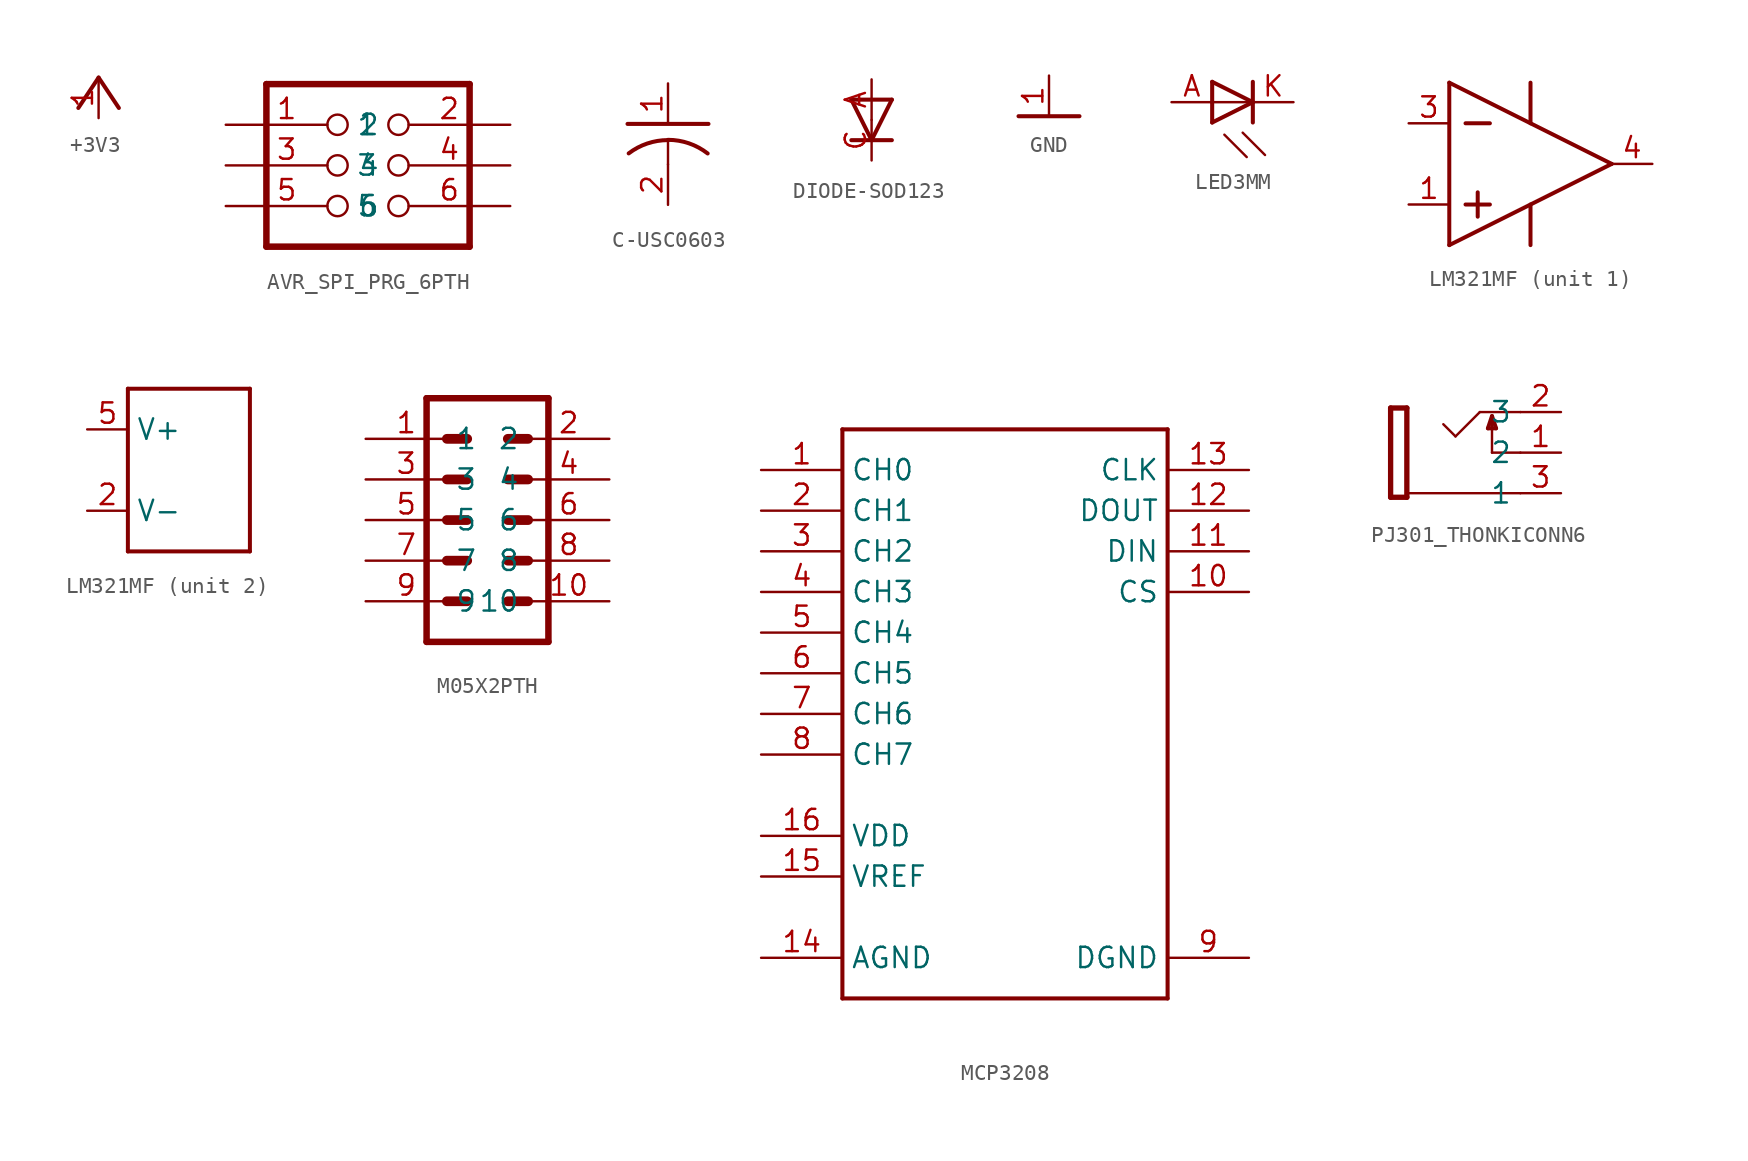
<source format=kicad_sym>
(kicad_symbol_lib
  (version 20231120)
  (generator "kicad_symbol_editor")
  (generator_version "8.0")
  (symbol "+3V3"
    (power)
    (property "Reference" "#+3V"
      (at 0 0 0)
      (effects (font (size 1.27 1.27)) (hide yes)))
    (property "ki_locked" ""
      (at 0 0 0)
      (effects (font (size 1.27 1.27))))
    (symbol "+3V3_1_0"
      (polyline (pts (xy 0 0.952) (xy -1.27 -0.952)) (stroke (width 0.254) (type solid)) (fill (type none)))
      (polyline (pts (xy 1.27 -0.952) (xy 0 0.952)) (stroke (width 0.254) (type solid)) (fill (type none)))
      (pin power_in line (at 0 -1.588 90) (length 2.54) (name "+3V3" (effects (font (size 0 0)))) (number "1" (effects (font (size 1.27 1.27)))))))
  (symbol "AVR_SPI_PRG_6PTH"
    (property "Reference" "J"
      (at 0 0 0)
      (effects (font (size 1.27 1.27)) (hide yes)))
    (property "ki_locked" ""
      (at 0 0 0)
      (effects (font (size 1.27 1.27))))
    (symbol "AVR_SPI_PRG_6PTH_1_0"
      (polyline (pts (xy -6.35 -5.08) (xy 6.35 -5.08)) (stroke (width 0.406) (type solid)) (fill (type none)))
      (polyline (pts (xy -6.35 5.08) (xy -6.35 -5.08)) (stroke (width 0.406) (type solid)) (fill (type none)))
      (polyline (pts (xy 6.35 -5.08) (xy 6.35 5.08)) (stroke (width 0.406) (type solid)) (fill (type none)))
      (polyline (pts (xy 6.35 5.08) (xy -6.35 5.08)) (stroke (width 0.406) (type solid)) (fill (type none)))
      (pin passive inverted (at -8.89 2.54 0) (length 7.62) (name "1" (effects (font (size 1.27 1.27)))) (number "1" (effects (font (size 1.27 1.27)))))
      (pin passive inverted (at 8.89 2.54 180) (length 7.62) (name "2" (effects (font (size 1.27 1.27)))) (number "2" (effects (font (size 1.27 1.27)))))
      (pin passive inverted (at -8.89 0 0) (length 7.62) (name "3" (effects (font (size 1.27 1.27)))) (number "3" (effects (font (size 1.27 1.27)))))
      (pin passive inverted (at 8.89 0 180) (length 7.62) (name "4" (effects (font (size 1.27 1.27)))) (number "4" (effects (font (size 1.27 1.27)))))
      (pin passive inverted (at -8.89 -2.54 0) (length 7.62) (name "5" (effects (font (size 1.27 1.27)))) (number "5" (effects (font (size 1.27 1.27)))))
      (pin passive inverted (at 8.89 -2.54 180) (length 7.62) (name "6" (effects (font (size 1.27 1.27)))) (number "6" (effects (font (size 1.27 1.27)))))))
  (symbol "C-USC0603"
    (property "Reference" "C"
      (at 0 0 0)
      (effects (font (size 1.27 1.27)) (hide yes)))
    (property "ki_locked" ""
      (at 0 0 0)
      (effects (font (size 1.27 1.27))))
    (symbol "C-USC0603_1_0"
      (polyline (pts (xy -2.54 1.27) (xy 2.54 1.27)) (stroke (width 0.254) (type solid)) (fill (type none)))
      (polyline (pts (xy 0 0.254) (xy 0 -1.27)) (stroke (width 0.152) (type solid)) (fill (type none)))
      (arc (start 0 0.254) (mid -1.3021 0.0399) (end -2.467 -0.58) (stroke (width 0.254) (type solid)) (fill (type none)))
      (arc (start 2.489 -0.584) (mid 1.3157 0.0506) (end 0 0.2701) (stroke (width 0.254) (type solid)) (fill (type none)))
      (pin passive line (at 0 3.81 270) (length 2.54) (name "1" (effects (font (size 0 0)))) (number "1" (effects (font (size 1.27 1.27)))))
      (pin passive line (at 0 -3.81 90) (length 2.54) (name "2" (effects (font (size 0 0)))) (number "2" (effects (font (size 1.27 1.27)))))))
  (symbol "DIODE-SOD123"
    (property "Reference" "D"
      (at 0 0 0)
      (effects (font (size 1.27 1.27)) (hide yes)))
    (property "ki_locked" ""
      (at 0 0 0)
      (effects (font (size 1.27 1.27))))
    (symbol "DIODE-SOD123_1_0"
      (polyline (pts (xy -1.27 1.27) (xy 0 -1.27)) (stroke (width 0.254) (type solid)) (fill (type none)))
      (polyline (pts (xy 0 -1.27) (xy -1.27 -1.27)) (stroke (width 0.254) (type solid)) (fill (type none)))
      (polyline (pts (xy 0 -1.27) (xy 1.27 1.27)) (stroke (width 0.254) (type solid)) (fill (type none)))
      (polyline (pts (xy 1.27 -1.27) (xy 0 -1.27)) (stroke (width 0.254) (type solid)) (fill (type none)))
      (polyline (pts (xy 1.27 1.27) (xy -1.27 1.27)) (stroke (width 0.254) (type solid)) (fill (type none)))
      (pin passive line (at 0 2.54 270) (length 2.54) (name "A" (effects (font (size 0 0)))) (number "A" (effects (font (size 1.27 1.27)))))
      (pin passive line (at 0 -2.54 90) (length 2.54) (name "C" (effects (font (size 0 0)))) (number "C" (effects (font (size 1.27 1.27)))))))
  (symbol "GND"
    (power)
    (property "Reference" "#GND"
      (at 0 0 0)
      (effects (font (size 1.27 1.27)) (hide yes)))
    (property "ki_locked" ""
      (at 0 0 0)
      (effects (font (size 1.27 1.27))))
    (symbol "GND_1_0"
      (polyline (pts (xy -1.905 0) (xy 1.905 0)) (stroke (width 0.254) (type solid)) (fill (type none)))
      (pin power_in line (at 0 2.54 270) (length 2.54) (name "GND" (effects (font (size 0 0)))) (number "1" (effects (font (size 1.27 1.27)))))))
  (symbol "LED3MM"
    (property "Reference" "LED"
      (at 0 0 0)
      (effects (font (size 1.27 1.27)) (hide yes)))
    (property "ki_locked" ""
      (at 0 0 0)
      (effects (font (size 1.27 1.27))))
    (symbol "LED3MM_1_0"
      (polyline (pts (xy -1.651 1.08) (xy -1.651 -0.191)) (stroke (width 0.254) (type solid)) (fill (type none)))
      (polyline (pts (xy -1.651 1.08) (xy 0.889 1.08)) (stroke (width 0.152) (type solid)) (fill (type none)))
      (polyline (pts (xy -1.651 2.35) (xy -1.651 1.08)) (stroke (width 0.254) (type solid)) (fill (type none)))
      (polyline (pts (xy -1.651 2.35) (xy 0.889 1.08)) (stroke (width 0.254) (type solid)) (fill (type none)))
      (polyline (pts (xy -0.889 -0.952) (xy 0.508 -2.35)) (stroke (width 0.152) (type solid)) (fill (type none)))
      (polyline (pts (xy 0.254 -0.826) (xy 1.651 -2.222)) (stroke (width 0.152) (type solid)) (fill (type none)))
      (polyline (pts (xy 0.889 1.08) (xy -1.651 -0.191)) (stroke (width 0.254) (type solid)) (fill (type none)))
      (polyline (pts (xy 0.889 1.08) (xy 0.889 -0.191)) (stroke (width 0.254) (type solid)) (fill (type none)))
      (polyline (pts (xy 0.889 2.35) (xy 0.889 1.08)) (stroke (width 0.254) (type solid)) (fill (type none)))
      (pin passive line (at -4.191 1.08 0) (length 2.54) (name "A" (effects (font (size 0 0)))) (number "A" (effects (font (size 1.27 1.27)))))
      (pin passive line (at 3.429 1.08 180) (length 2.54) (name "C" (effects (font (size 0 0)))) (number "K" (effects (font (size 1.27 1.27)))))))
  (symbol "LM321MF"
    (property "Reference" "IC"
      (at 0 0 0)
      (effects (font (size 1.27 1.27)) (hide yes)))
    (property "ki_locked" ""
      (at 0 0 0)
      (effects (font (size 1.27 1.27))))
    (symbol "LM321MF_1_0"
      (polyline (pts (xy -5.08 -5.08) (xy 5.08 0)) (stroke (width 0.25) (type solid)) (fill (type none)))
      (polyline (pts (xy -5.08 5.08) (xy -5.08 -5.08)) (stroke (width 0.25) (type solid)) (fill (type none)))
      (polyline (pts (xy -5.08 5.08) (xy 5.08 0)) (stroke (width 0.25) (type solid)) (fill (type none)))
      (polyline (pts (xy -4.064 -2.54) (xy -2.54 -2.54)) (stroke (width 0.25) (type solid)) (fill (type none)))
      (polyline (pts (xy -4.064 2.54) (xy -2.54 2.54)) (stroke (width 0.25) (type solid)) (fill (type none)))
      (polyline (pts (xy -3.302 -1.778) (xy -3.302 -3.302)) (stroke (width 0.25) (type solid)) (fill (type none)))
      (polyline (pts (xy 0 -2.54) (xy 0 -5.08)) (stroke (width 0.25) (type solid)) (fill (type none)))
      (polyline (pts (xy 0 5.08) (xy 0 2.54)) (stroke (width 0.25) (type solid)) (fill (type none)))
      (pin input line (at -7.62 -2.54 0) (length 2.54) (name "IN+" (effects (font (size 0 0)))) (number "1" (effects (font (size 1.27 1.27)))))
      (pin input line (at -7.62 2.54 0) (length 2.54) (name "IN-" (effects (font (size 0 0)))) (number "3" (effects (font (size 1.27 1.27)))))
      (pin output line (at 7.62 0 180) (length 2.54) (name "OUT" (effects (font (size 0 0)))) (number "4" (effects (font (size 1.27 1.27))))))
    (symbol "LM321MF_2_0"
      (polyline (pts (xy -3.81 -5.08) (xy -3.81 5.08)) (stroke (width 0.25) (type solid)) (fill (type none)))
      (polyline (pts (xy -3.81 5.08) (xy 3.81 5.08)) (stroke (width 0.25) (type solid)) (fill (type none)))
      (polyline (pts (xy 3.81 -5.08) (xy -3.81 -5.08)) (stroke (width 0.25) (type solid)) (fill (type none)))
      (polyline (pts (xy 3.81 5.08) (xy 3.81 -5.08)) (stroke (width 0.25) (type solid)) (fill (type none)))
      (pin power_in line (at -6.35 -2.54 0) (length 2.54) (name "V-" (effects (font (size 1.27 1.27)))) (number "2" (effects (font (size 1.27 1.27)))))
      (pin power_in line (at -6.35 2.54 0) (length 2.54) (name "V+" (effects (font (size 1.27 1.27)))) (number "5" (effects (font (size 1.27 1.27)))))))
  (symbol "M05X2PTH"
    (property "Reference" "J"
      (at 0 0 0)
      (effects (font (size 1.27 1.27)) (hide yes)))
    (property "ki_locked" ""
      (at 0 0 0)
      (effects (font (size 1.27 1.27))))
    (symbol "M05X2PTH_1_0"
      (polyline (pts (xy -3.81 7.62) (xy -3.81 -7.62)) (stroke (width 0.406) (type solid)) (fill (type none)))
      (polyline (pts (xy -3.81 7.62) (xy 3.81 7.62)) (stroke (width 0.406) (type solid)) (fill (type none)))
      (polyline (pts (xy -1.27 -5.08) (xy -2.54 -5.08)) (stroke (width 0.61) (type solid)) (fill (type none)))
      (polyline (pts (xy -1.27 -2.54) (xy -2.54 -2.54)) (stroke (width 0.61) (type solid)) (fill (type none)))
      (polyline (pts (xy -1.27 0) (xy -2.54 0)) (stroke (width 0.61) (type solid)) (fill (type none)))
      (polyline (pts (xy -1.27 2.54) (xy -2.54 2.54)) (stroke (width 0.61) (type solid)) (fill (type none)))
      (polyline (pts (xy -1.27 5.08) (xy -2.54 5.08)) (stroke (width 0.61) (type solid)) (fill (type none)))
      (polyline (pts (xy 1.27 -5.08) (xy 2.54 -5.08)) (stroke (width 0.61) (type solid)) (fill (type none)))
      (polyline (pts (xy 1.27 -2.54) (xy 2.54 -2.54)) (stroke (width 0.61) (type solid)) (fill (type none)))
      (polyline (pts (xy 1.27 0) (xy 2.54 0)) (stroke (width 0.61) (type solid)) (fill (type none)))
      (polyline (pts (xy 1.27 2.54) (xy 2.54 2.54)) (stroke (width 0.61) (type solid)) (fill (type none)))
      (polyline (pts (xy 1.27 5.08) (xy 2.54 5.08)) (stroke (width 0.61) (type solid)) (fill (type none)))
      (polyline (pts (xy 3.81 -7.62) (xy -3.81 -7.62)) (stroke (width 0.406) (type solid)) (fill (type none)))
      (polyline (pts (xy 3.81 -7.62) (xy 3.81 7.62)) (stroke (width 0.406) (type solid)) (fill (type none)))
      (pin passive line (at -7.62 5.08 0) (length 5.08) (name "1" (effects (font (size 1.27 1.27)))) (number "1" (effects (font (size 1.27 1.27)))))
      (pin passive line (at 7.62 -5.08 180) (length 5.08) (name "10" (effects (font (size 1.27 1.27)))) (number "10" (effects (font (size 1.27 1.27)))))
      (pin passive line (at 7.62 5.08 180) (length 5.08) (name "2" (effects (font (size 1.27 1.27)))) (number "2" (effects (font (size 1.27 1.27)))))
      (pin passive line (at -7.62 2.54 0) (length 5.08) (name "3" (effects (font (size 1.27 1.27)))) (number "3" (effects (font (size 1.27 1.27)))))
      (pin passive line (at 7.62 2.54 180) (length 5.08) (name "4" (effects (font (size 1.27 1.27)))) (number "4" (effects (font (size 1.27 1.27)))))
      (pin passive line (at -7.62 0 0) (length 5.08) (name "5" (effects (font (size 1.27 1.27)))) (number "5" (effects (font (size 1.27 1.27)))))
      (pin passive line (at 7.62 0 180) (length 5.08) (name "6" (effects (font (size 1.27 1.27)))) (number "6" (effects (font (size 1.27 1.27)))))
      (pin passive line (at -7.62 -2.54 0) (length 5.08) (name "7" (effects (font (size 1.27 1.27)))) (number "7" (effects (font (size 1.27 1.27)))))
      (pin passive line (at 7.62 -2.54 180) (length 5.08) (name "8" (effects (font (size 1.27 1.27)))) (number "8" (effects (font (size 1.27 1.27)))))
      (pin passive line (at -7.62 -5.08 0) (length 5.08) (name "9" (effects (font (size 1.27 1.27)))) (number "9" (effects (font (size 1.27 1.27)))))))
  (symbol "MCP3208"
    (property "Reference" "IC"
      (at 0 0 0)
      (effects (font (size 1.27 1.27)) (hide yes)))
    (property "ki_locked" ""
      (at 0 0 0)
      (effects (font (size 1.27 1.27))))
    (symbol "MCP3208_1_0"
      (polyline (pts (xy -10.16 -17.78) (xy 10.16 -17.78)) (stroke (width 0.254) (type solid)) (fill (type none)))
      (polyline (pts (xy -10.16 17.78) (xy -10.16 -17.78)) (stroke (width 0.254) (type solid)) (fill (type none)))
      (polyline (pts (xy 10.16 -17.78) (xy 10.16 17.78)) (stroke (width 0.254) (type solid)) (fill (type none)))
      (polyline (pts (xy 10.16 17.78) (xy -10.16 17.78)) (stroke (width 0.254) (type solid)) (fill (type none)))
      (pin bidirectional line (at -15.24 15.24 0) (length 5.08) (name "CH0" (effects (font (size 1.27 1.27)))) (number "1" (effects (font (size 1.27 1.27)))))
      (pin bidirectional line (at 15.24 7.62 180) (length 5.08) (name "CS" (effects (font (size 1.27 1.27)))) (number "10" (effects (font (size 1.27 1.27)))))
      (pin bidirectional line (at 15.24 10.16 180) (length 5.08) (name "DIN" (effects (font (size 1.27 1.27)))) (number "11" (effects (font (size 1.27 1.27)))))
      (pin bidirectional line (at 15.24 12.7 180) (length 5.08) (name "DOUT" (effects (font (size 1.27 1.27)))) (number "12" (effects (font (size 1.27 1.27)))))
      (pin bidirectional line (at 15.24 15.24 180) (length 5.08) (name "CLK" (effects (font (size 1.27 1.27)))) (number "13" (effects (font (size 1.27 1.27)))))
      (pin bidirectional line (at -15.24 -15.24 0) (length 5.08) (name "AGND" (effects (font (size 1.27 1.27)))) (number "14" (effects (font (size 1.27 1.27)))))
      (pin bidirectional line (at -15.24 -10.16 0) (length 5.08) (name "VREF" (effects (font (size 1.27 1.27)))) (number "15" (effects (font (size 1.27 1.27)))))
      (pin bidirectional line (at -15.24 -7.62 0) (length 5.08) (name "VDD" (effects (font (size 1.27 1.27)))) (number "16" (effects (font (size 1.27 1.27)))))
      (pin bidirectional line (at -15.24 12.7 0) (length 5.08) (name "CH1" (effects (font (size 1.27 1.27)))) (number "2" (effects (font (size 1.27 1.27)))))
      (pin bidirectional line (at -15.24 10.16 0) (length 5.08) (name "CH2" (effects (font (size 1.27 1.27)))) (number "3" (effects (font (size 1.27 1.27)))))
      (pin bidirectional line (at -15.24 7.62 0) (length 5.08) (name "CH3" (effects (font (size 1.27 1.27)))) (number "4" (effects (font (size 1.27 1.27)))))
      (pin bidirectional line (at -15.24 5.08 0) (length 5.08) (name "CH4" (effects (font (size 1.27 1.27)))) (number "5" (effects (font (size 1.27 1.27)))))
      (pin bidirectional line (at -15.24 2.54 0) (length 5.08) (name "CH5" (effects (font (size 1.27 1.27)))) (number "6" (effects (font (size 1.27 1.27)))))
      (pin bidirectional line (at -15.24 0 0) (length 5.08) (name "CH6" (effects (font (size 1.27 1.27)))) (number "7" (effects (font (size 1.27 1.27)))))
      (pin bidirectional line (at -15.24 -2.54 0) (length 5.08) (name "CH7" (effects (font (size 1.27 1.27)))) (number "8" (effects (font (size 1.27 1.27)))))
      (pin bidirectional line (at 15.24 -15.24 180) (length 5.08) (name "DGND" (effects (font (size 1.27 1.27)))) (number "9" (effects (font (size 1.27 1.27)))))))
  (symbol "PJ301_THONKICONN6"
    (property "Reference" "J"
      (at 0 0 0)
      (effects (font (size 1.27 1.27)) (hide yes)))
    (property "ki_locked" ""
      (at 0 0 0)
      (effects (font (size 1.27 1.27))))
    (symbol "PJ301_THONKICONN6_1_0"
      (polyline (pts (xy -4.063 -2.794) (xy -4.063 2.794)) (stroke (width 0.333) (type solid)) (fill (type none)))
      (polyline (pts (xy -4.063 2.794) (xy -3.047 2.794)) (stroke (width 0.333) (type solid)) (fill (type none)))
      (polyline (pts (xy -3.047 -2.794) (xy -4.063 -2.794)) (stroke (width 0.333) (type solid)) (fill (type none)))
      (polyline (pts (xy -3.047 2.794) (xy -3.047 -2.794)) (stroke (width 0.333) (type solid)) (fill (type none)))
      (polyline (pts (xy -0.001 1.016) (xy -0.763 1.778)) (stroke (width 0.152) (type solid)) (fill (type none)))
      (polyline (pts (xy 1.523 2.54) (xy -0.001 1.016)) (stroke (width 0.152) (type solid)) (fill (type none)))
      (polyline (pts (xy 2.031 1.524) (xy 2.285 2.286)) (stroke (width 0.254) (type solid)) (fill (type none)))
      (polyline (pts (xy 2.285 0) (xy 2.285 2.286)) (stroke (width 0.152) (type solid)) (fill (type none)))
      (polyline (pts (xy 2.285 2.286) (xy 2.539 1.524)) (stroke (width 0.254) (type solid)) (fill (type none)))
      (polyline (pts (xy 2.539 1.524) (xy 2.031 1.524)) (stroke (width 0.254) (type solid)) (fill (type none)))
      (polyline (pts (xy 4.063 -2.54) (xy -3.049 -2.54)) (stroke (width 0.152) (type solid)) (fill (type none)))
      (polyline (pts (xy 4.063 0) (xy 2.285 0)) (stroke (width 0.152) (type solid)) (fill (type none)))
      (polyline (pts (xy 4.063 2.54) (xy 1.523 2.54)) (stroke (width 0.152) (type solid)) (fill (type none)))
      (pin passive line (at 6.603 0 180) (length 2.54) (name "2" (effects (font (size 1.27 1.27)))) (number "1" (effects (font (size 1.27 1.27)))))
      (pin passive line (at 6.603 2.54 180) (length 2.54) (name "3" (effects (font (size 1.27 1.27)))) (number "2" (effects (font (size 1.27 1.27)))))
      (pin passive line (at 6.603 -2.54 180) (length 2.54) (name "1" (effects (font (size 1.27 1.27)))) (number "3" (effects (font (size 1.27 1.27))))))))
</source>
